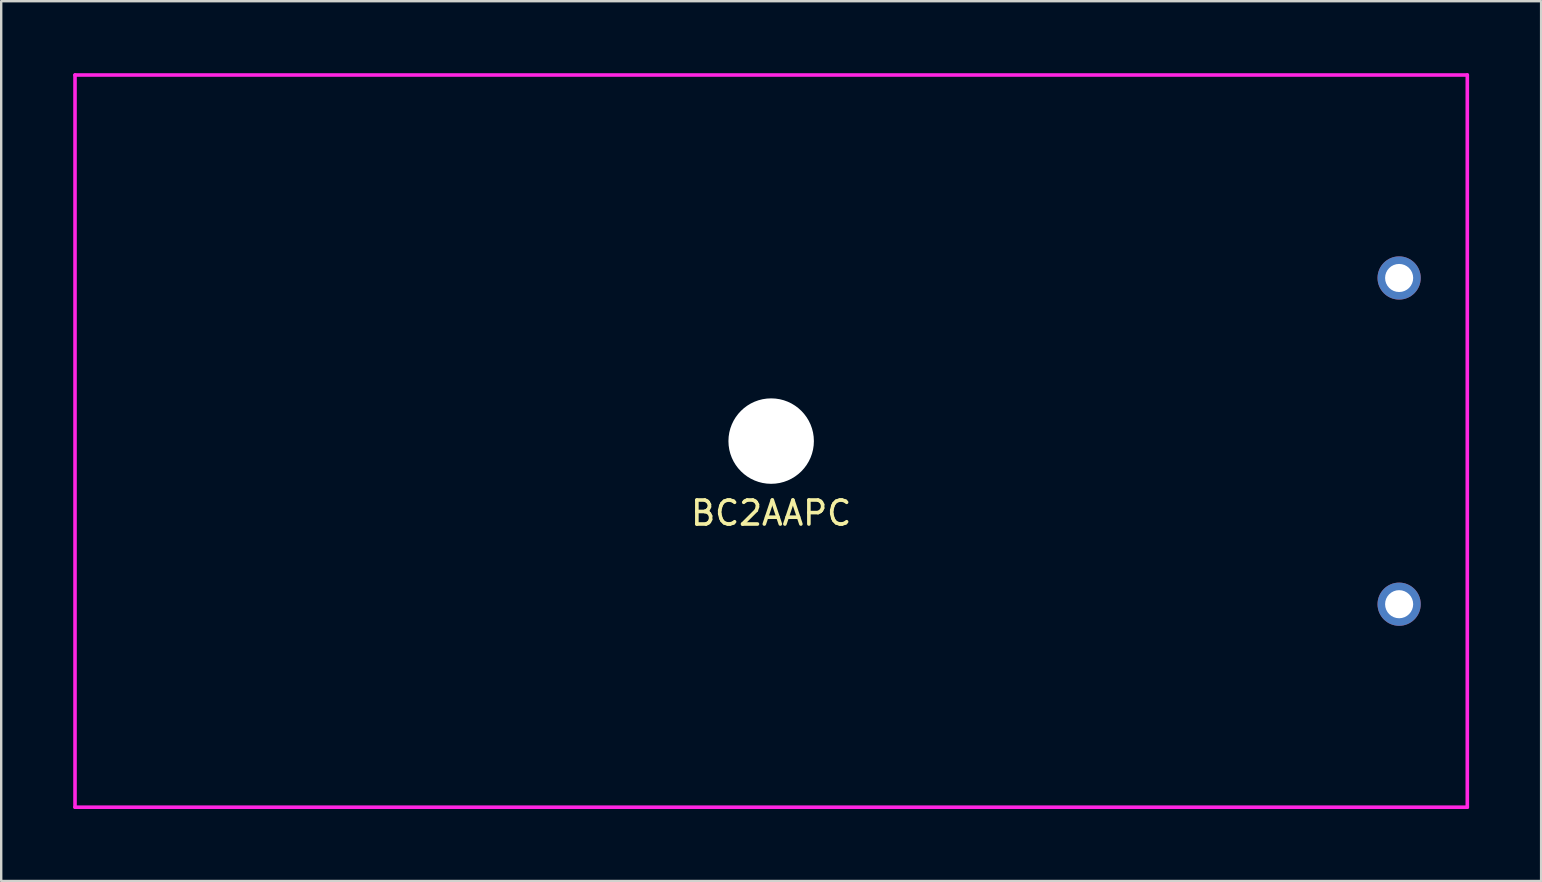
<source format=kicad_pcb>
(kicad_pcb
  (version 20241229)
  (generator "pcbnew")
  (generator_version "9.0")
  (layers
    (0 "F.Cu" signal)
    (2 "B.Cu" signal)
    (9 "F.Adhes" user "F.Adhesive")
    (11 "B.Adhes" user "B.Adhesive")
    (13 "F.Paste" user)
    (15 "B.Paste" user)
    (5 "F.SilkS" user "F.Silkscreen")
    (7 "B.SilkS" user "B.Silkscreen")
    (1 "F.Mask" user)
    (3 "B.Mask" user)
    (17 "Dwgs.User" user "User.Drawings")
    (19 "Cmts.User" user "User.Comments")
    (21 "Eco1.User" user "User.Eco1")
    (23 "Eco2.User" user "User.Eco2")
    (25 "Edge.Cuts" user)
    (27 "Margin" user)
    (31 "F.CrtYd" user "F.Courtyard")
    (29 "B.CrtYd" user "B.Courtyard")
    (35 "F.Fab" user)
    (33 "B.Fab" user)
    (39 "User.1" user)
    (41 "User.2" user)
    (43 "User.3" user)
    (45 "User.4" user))
  (footprint "BC2AAPC"
    (layer "F.Cu")
    (at 29.075 15.325)
    (property "Reference" "BC2AAPC" (at 0 3 0) (layer "F.SilkS") (effects (font (size 1 1) (thickness 0.15))))
    (attr through_hole)
    (fp_line (start -29 -15.25) (end 29 -15.25) (stroke (width 0.15) (type solid)) (layer "F.CrtYd"))
    (fp_line (start -29 15.25) (end -29 -15.25) (stroke (width 0.15) (type solid)) (layer "F.CrtYd"))
    (fp_line (start 29 -15.25) (end 29 15.25) (stroke (width 0.15) (type solid)) (layer "F.CrtYd"))
    (fp_line (start 29 15.25) (end -29 15.25) (stroke (width 0.15) (type solid)) (layer "F.CrtYd"))
    (pad "" np_thru_hole circle (at 0 0) (size 3.56 3.56) (drill 3.56) (layers "*.Cu"))
    (pad "1" thru_hole circle (at 26.16 6.795) (size 1.8 1.8) (drill 1.17) (layers "*.Cu" "*.Mask"))
    (pad "2" thru_hole circle (at 26.16 -6.795) (size 1.8 1.8) (drill 1.17) (layers "*.Cu" "*.Mask")))
  (gr_rect
    (start -3 -3)
    (end 61.15 33.65)
    (stroke (width 0.1) (type default))
    (fill no)
    (layer "Edge.Cuts")))
</source>
